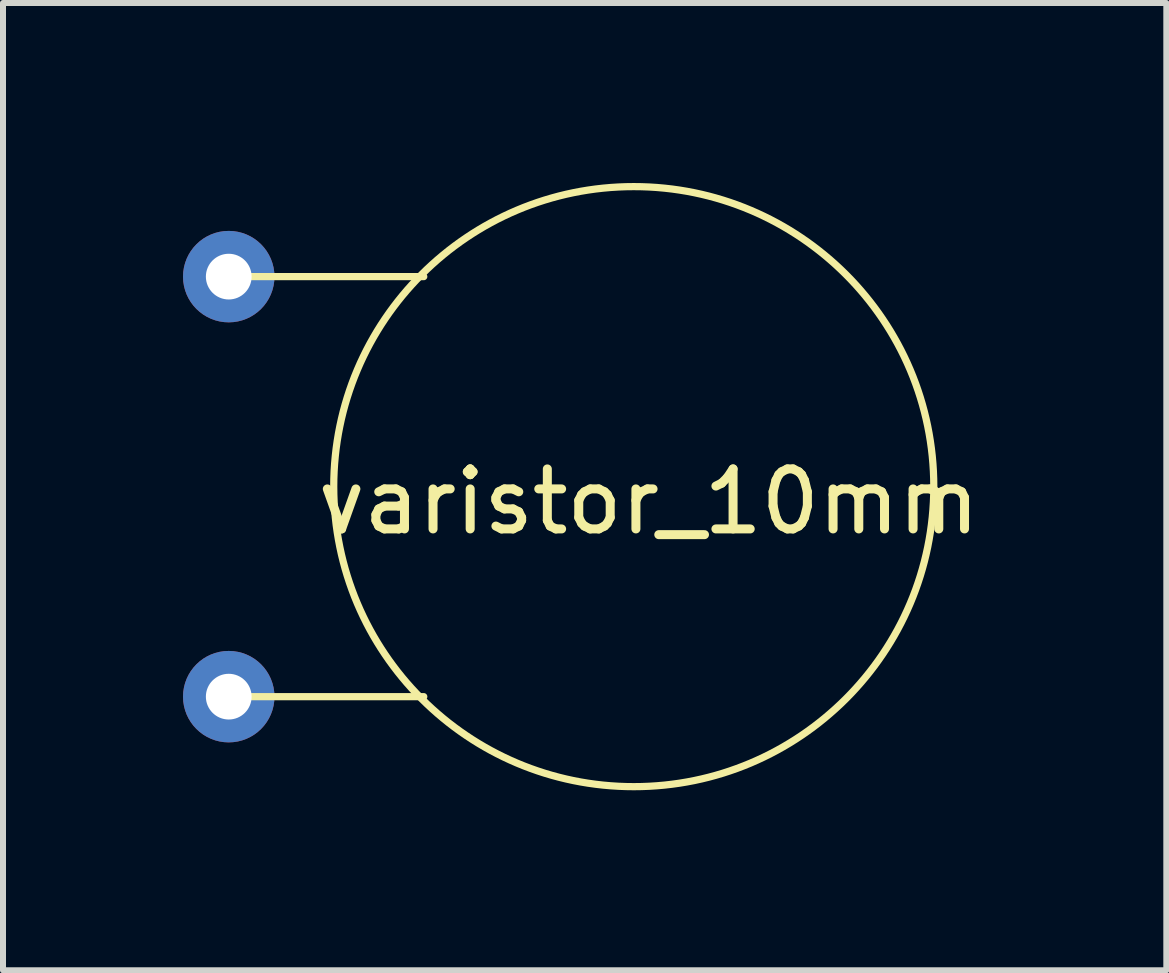
<source format=kicad_pcb>
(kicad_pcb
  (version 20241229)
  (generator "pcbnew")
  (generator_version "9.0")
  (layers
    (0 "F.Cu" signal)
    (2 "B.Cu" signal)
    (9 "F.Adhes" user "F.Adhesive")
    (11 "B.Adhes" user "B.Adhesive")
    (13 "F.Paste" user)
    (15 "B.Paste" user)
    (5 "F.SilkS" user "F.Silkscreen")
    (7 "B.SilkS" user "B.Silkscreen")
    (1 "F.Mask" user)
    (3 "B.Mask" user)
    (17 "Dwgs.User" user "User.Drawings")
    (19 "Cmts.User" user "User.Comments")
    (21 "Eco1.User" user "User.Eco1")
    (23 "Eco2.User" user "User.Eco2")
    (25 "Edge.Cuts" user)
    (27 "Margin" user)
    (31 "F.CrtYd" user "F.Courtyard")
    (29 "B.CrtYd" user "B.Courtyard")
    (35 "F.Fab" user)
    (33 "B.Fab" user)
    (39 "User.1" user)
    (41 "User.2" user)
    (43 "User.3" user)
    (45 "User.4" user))
  (footprint "varistor_10mm"
    (layer "F.Cu")
    (at 0.762 8.56)
    (property "Reference" "varistor_10mm" (at 7 -3.25 0) (layer "F.SilkS") (effects (font (size 1 1) (thickness 0.15))))
    (attr through_hole)
    (fp_line (start 0 -7) (end 3.25 -7) (stroke (width 0.12) (type solid)) (layer "F.SilkS"))
    (fp_line (start 0 0) (end 3.25 0) (stroke (width 0.12) (type solid)) (layer "F.SilkS"))
    (fp_circle (center 6.75 -3.5) (end 11.75 -3.5) (stroke (width 0.12) (type solid)) (fill no) (layer "F.SilkS"))
    (pad "1" thru_hole circle (at 0 0) (size 1.524 1.524) (drill 0.762) (layers "*.Cu" "*.Mask"))
    (pad "2" thru_hole circle (at 0 -7) (size 1.524 1.524) (drill 0.762) (layers "*.Cu" "*.Mask")))
  (gr_rect
    (start -3 -3)
    (end 16.387 13.12)
    (stroke (width 0.1) (type default))
    (fill no)
    (layer "Edge.Cuts")))
</source>
